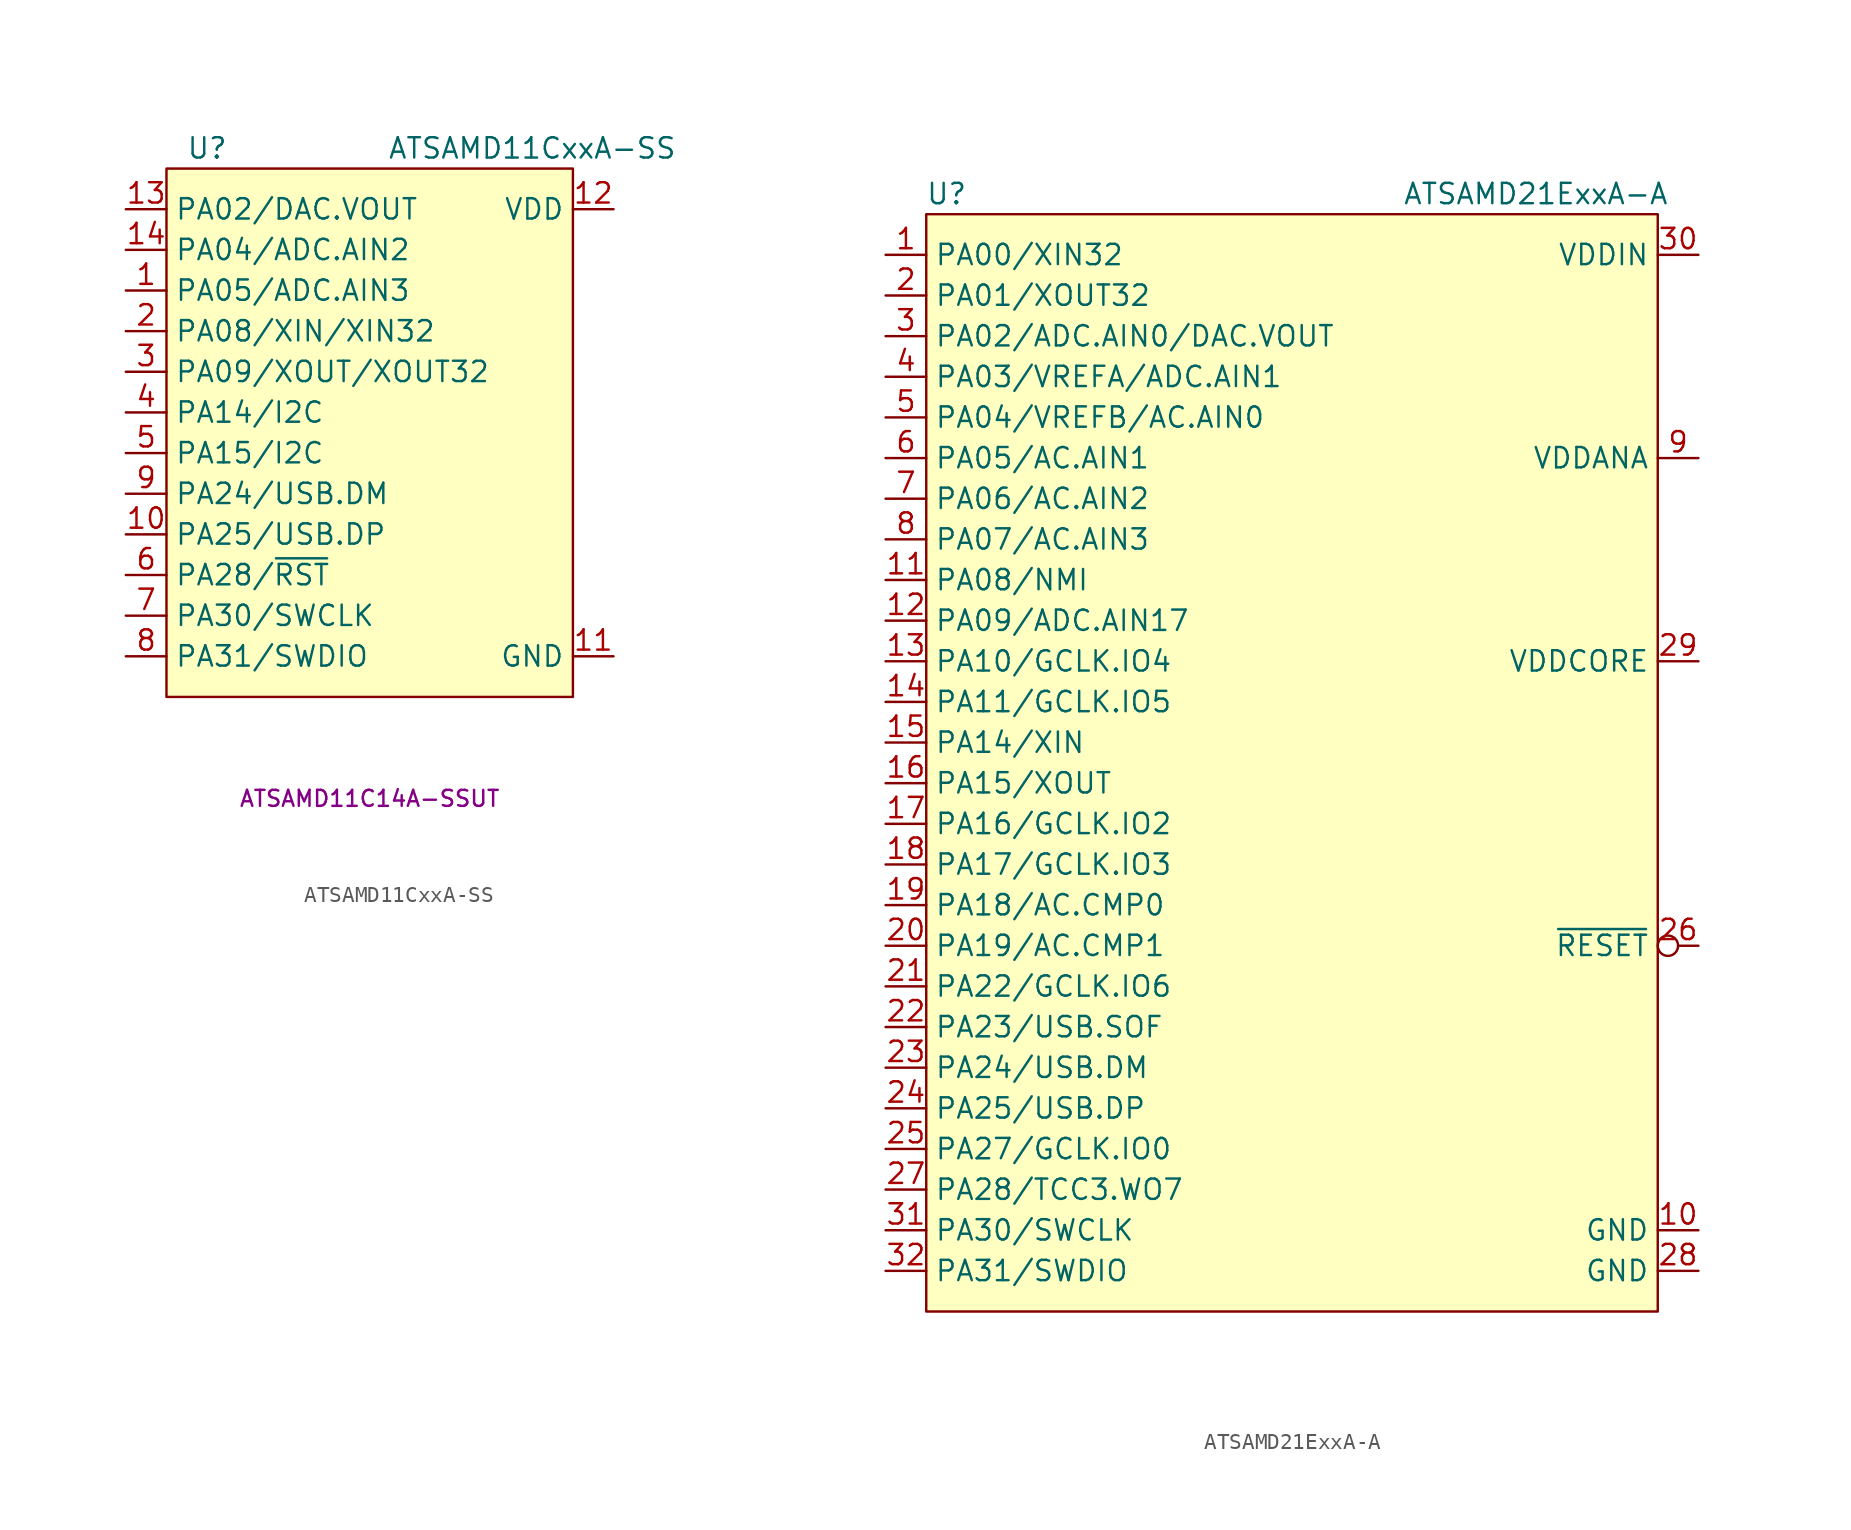
<source format=kicad_sym>
(kicad_symbol_lib
  (version 20231120)
  (generator "kicad_symbol_editor")
  (generator_version "8.0")
  (symbol "ATSAMD11CxxA-SS"
    (property "Reference" "U"
      (at -10.16 17.78 0)
      (effects (font (size 1.27 1.27))))
    (property "Value" "ATSAMD11CxxA-SS"
      (at 10.16 17.78 0)
      (effects (font (size 1.27 1.27))))
    (property "MPN" "ATSAMD11C14A-SSUT"
      (at 0 -22.86 0)
      (effects (font (size 1 1))))
    (symbol "ATSAMD11CxxA-SS_0_1"
      (rectangle (start -12.7 16.51) (end 12.7 -16.51) (stroke (width 0.152) (type default)) (fill (type background))))
    (symbol "ATSAMD11CxxA-SS_1_1"
      (pin bidirectional line (at -15.24 8.89 0) (length 2.54) (name "PA05/ADC.AIN3" (effects (font (size 1.27 1.27)))) (number "1" (effects (font (size 1.27 1.27)))))
      (pin bidirectional line (at -15.24 -6.35 0) (length 2.54) (name "PA25/USB.DP" (effects (font (size 1.27 1.27)))) (number "10" (effects (font (size 1.27 1.27)))))
      (pin power_in line (at 15.24 -13.97 180) (length 2.54) (name "GND" (effects (font (size 1.27 1.27)))) (number "11" (effects (font (size 1.27 1.27)))))
      (pin power_in line (at 15.24 13.97 180) (length 2.54) (name "VDD" (effects (font (size 1.27 1.27)))) (number "12" (effects (font (size 1.27 1.27)))))
      (pin bidirectional line (at -15.24 13.97 0) (length 2.54) (name "PA02/DAC.VOUT" (effects (font (size 1.27 1.27)))) (number "13" (effects (font (size 1.27 1.27)))))
      (pin bidirectional line (at -15.24 11.43 0) (length 2.54) (name "PA04/ADC.AIN2" (effects (font (size 1.27 1.27)))) (number "14" (effects (font (size 1.27 1.27)))))
      (pin bidirectional line (at -15.24 6.35 0) (length 2.54) (name "PA08/XIN/XIN32" (effects (font (size 1.27 1.27)))) (number "2" (effects (font (size 1.27 1.27)))))
      (pin bidirectional line (at -15.24 3.81 0) (length 2.54) (name "PA09/XOUT/XOUT32" (effects (font (size 1.27 1.27)))) (number "3" (effects (font (size 1.27 1.27)))))
      (pin bidirectional line (at -15.24 1.27 0) (length 2.54) (name "PA14/I2C" (effects (font (size 1.27 1.27)))) (number "4" (effects (font (size 1.27 1.27)))))
      (pin bidirectional line (at -15.24 -1.27 0) (length 2.54) (name "PA15/I2C" (effects (font (size 1.27 1.27)))) (number "5" (effects (font (size 1.27 1.27)))))
      (pin bidirectional line (at -15.24 -8.89 0) (length 2.54) (name "PA28/~{RST}" (effects (font (size 1.27 1.27)))) (number "6" (effects (font (size 1.27 1.27)))))
      (pin bidirectional line (at -15.24 -11.43 0) (length 2.54) (name "PA30/SWCLK" (effects (font (size 1.27 1.27)))) (number "7" (effects (font (size 1.27 1.27)))))
      (pin bidirectional line (at -15.24 -13.97 0) (length 2.54) (name "PA31/SWDIO" (effects (font (size 1.27 1.27)))) (number "8" (effects (font (size 1.27 1.27)))))
      (pin bidirectional line (at -15.24 -3.81 0) (length 2.54) (name "PA24/USB.DM" (effects (font (size 1.27 1.27)))) (number "9" (effects (font (size 1.27 1.27)))))))
  (symbol "ATSAMD21ExxA-A"
    (property "Reference" "U"
      (at -21.59 34.29 0)
      (effects (font (size 1.27 1.27))))
    (property "Value" "ATSAMD21ExxA-A"
      (at 15.24 34.29 0)
      (effects (font (size 1.27 1.27))))
    (symbol "ATSAMD21ExxA-A_0_1"
      (rectangle (start -22.86 33.02) (end 22.86 -35.56) (stroke (width 0.152) (type default)) (fill (type background))))
    (symbol "ATSAMD21ExxA-A_1_1"
      (pin bidirectional line (at -25.4 30.48 0) (length 2.54) (name "PA00/XIN32" (effects (font (size 1.27 1.27)))) (number "1" (effects (font (size 1.27 1.27)))))
      (pin power_in line (at 25.4 -30.48 180) (length 2.54) (name "GND" (effects (font (size 1.27 1.27)))) (number "10" (effects (font (size 1.27 1.27)))))
      (pin bidirectional line (at -25.4 10.16 0) (length 2.54) (name "PA08/NMI" (effects (font (size 1.27 1.27)))) (number "11" (effects (font (size 1.27 1.27)))))
      (pin bidirectional line (at -25.4 7.62 0) (length 2.54) (name "PA09/ADC.AIN17" (effects (font (size 1.27 1.27)))) (number "12" (effects (font (size 1.27 1.27)))))
      (pin bidirectional line (at -25.4 5.08 0) (length 2.54) (name "PA10/GCLK.IO4" (effects (font (size 1.27 1.27)))) (number "13" (effects (font (size 1.27 1.27)))))
      (pin bidirectional line (at -25.4 2.54 0) (length 2.54) (name "PA11/GCLK.IO5" (effects (font (size 1.27 1.27)))) (number "14" (effects (font (size 1.27 1.27)))))
      (pin bidirectional line (at -25.4 0 0) (length 2.54) (name "PA14/XIN" (effects (font (size 1.27 1.27)))) (number "15" (effects (font (size 1.27 1.27)))))
      (pin bidirectional line (at -25.4 -2.54 0) (length 2.54) (name "PA15/XOUT" (effects (font (size 1.27 1.27)))) (number "16" (effects (font (size 1.27 1.27)))))
      (pin bidirectional line (at -25.4 -5.08 0) (length 2.54) (name "PA16/GCLK.IO2" (effects (font (size 1.27 1.27)))) (number "17" (effects (font (size 1.27 1.27)))))
      (pin bidirectional line (at -25.4 -7.62 0) (length 2.54) (name "PA17/GCLK.IO3" (effects (font (size 1.27 1.27)))) (number "18" (effects (font (size 1.27 1.27)))))
      (pin bidirectional line (at -25.4 -10.16 0) (length 2.54) (name "PA18/AC.CMP0" (effects (font (size 1.27 1.27)))) (number "19" (effects (font (size 1.27 1.27)))))
      (pin bidirectional line (at -25.4 27.94 0) (length 2.54) (name "PA01/XOUT32" (effects (font (size 1.27 1.27)))) (number "2" (effects (font (size 1.27 1.27)))))
      (pin bidirectional line (at -25.4 -12.7 0) (length 2.54) (name "PA19/AC.CMP1" (effects (font (size 1.27 1.27)))) (number "20" (effects (font (size 1.27 1.27)))))
      (pin bidirectional line (at -25.4 -15.24 0) (length 2.54) (name "PA22/GCLK.IO6" (effects (font (size 1.27 1.27)))) (number "21" (effects (font (size 1.27 1.27)))))
      (pin bidirectional line (at -25.4 -17.78 0) (length 2.54) (name "PA23/USB.SOF" (effects (font (size 1.27 1.27)))) (number "22" (effects (font (size 1.27 1.27)))))
      (pin bidirectional line (at -25.4 -20.32 0) (length 2.54) (name "PA24/USB.DM" (effects (font (size 1.27 1.27)))) (number "23" (effects (font (size 1.27 1.27)))))
      (pin bidirectional line (at -25.4 -22.86 0) (length 2.54) (name "PA25/USB.DP" (effects (font (size 1.27 1.27)))) (number "24" (effects (font (size 1.27 1.27)))))
      (pin bidirectional line (at -25.4 -25.4 0) (length 2.54) (name "PA27/GCLK.IO0" (effects (font (size 1.27 1.27)))) (number "25" (effects (font (size 1.27 1.27)))))
      (pin input inverted (at 25.4 -12.7 180) (length 2.54) (name "~{RESET}" (effects (font (size 1.27 1.27)))) (number "26" (effects (font (size 1.27 1.27)))))
      (pin bidirectional line (at -25.4 -27.94 0) (length 2.54) (name "PA28/TCC3.WO7" (effects (font (size 1.27 1.27)))) (number "27" (effects (font (size 1.27 1.27)))))
      (pin power_in line (at 25.4 -33.02 180) (length 2.54) (name "GND" (effects (font (size 1.27 1.27)))) (number "28" (effects (font (size 1.27 1.27)))))
      (pin power_in line (at 25.4 5.08 180) (length 2.54) (name "VDDCORE" (effects (font (size 1.27 1.27)))) (number "29" (effects (font (size 1.27 1.27)))))
      (pin bidirectional line (at -25.4 25.4 0) (length 2.54) (name "PA02/ADC.AIN0/DAC.VOUT" (effects (font (size 1.27 1.27)))) (number "3" (effects (font (size 1.27 1.27)))))
      (pin power_in line (at 25.4 30.48 180) (length 2.54) (name "VDDIN" (effects (font (size 1.27 1.27)))) (number "30" (effects (font (size 1.27 1.27)))))
      (pin bidirectional line (at -25.4 -30.48 0) (length 2.54) (name "PA30/SWCLK" (effects (font (size 1.27 1.27)))) (number "31" (effects (font (size 1.27 1.27)))))
      (pin bidirectional line (at -25.4 -33.02 0) (length 2.54) (name "PA31/SWDIO" (effects (font (size 1.27 1.27)))) (number "32" (effects (font (size 1.27 1.27)))))
      (pin bidirectional line (at -25.4 22.86 0) (length 2.54) (name "PA03/VREFA/ADC.AIN1" (effects (font (size 1.27 1.27)))) (number "4" (effects (font (size 1.27 1.27)))))
      (pin bidirectional line (at -25.4 20.32 0) (length 2.54) (name "PA04/VREFB/AC.AIN0" (effects (font (size 1.27 1.27)))) (number "5" (effects (font (size 1.27 1.27)))))
      (pin bidirectional line (at -25.4 17.78 0) (length 2.54) (name "PA05/AC.AIN1" (effects (font (size 1.27 1.27)))) (number "6" (effects (font (size 1.27 1.27)))))
      (pin bidirectional line (at -25.4 15.24 0) (length 2.54) (name "PA06/AC.AIN2" (effects (font (size 1.27 1.27)))) (number "7" (effects (font (size 1.27 1.27)))))
      (pin bidirectional line (at -25.4 12.7 0) (length 2.54) (name "PA07/AC.AIN3" (effects (font (size 1.27 1.27)))) (number "8" (effects (font (size 1.27 1.27)))))
      (pin power_in line (at 25.4 17.78 180) (length 2.54) (name "VDDANA" (effects (font (size 1.27 1.27)))) (number "9" (effects (font (size 1.27 1.27))))))))
</source>
